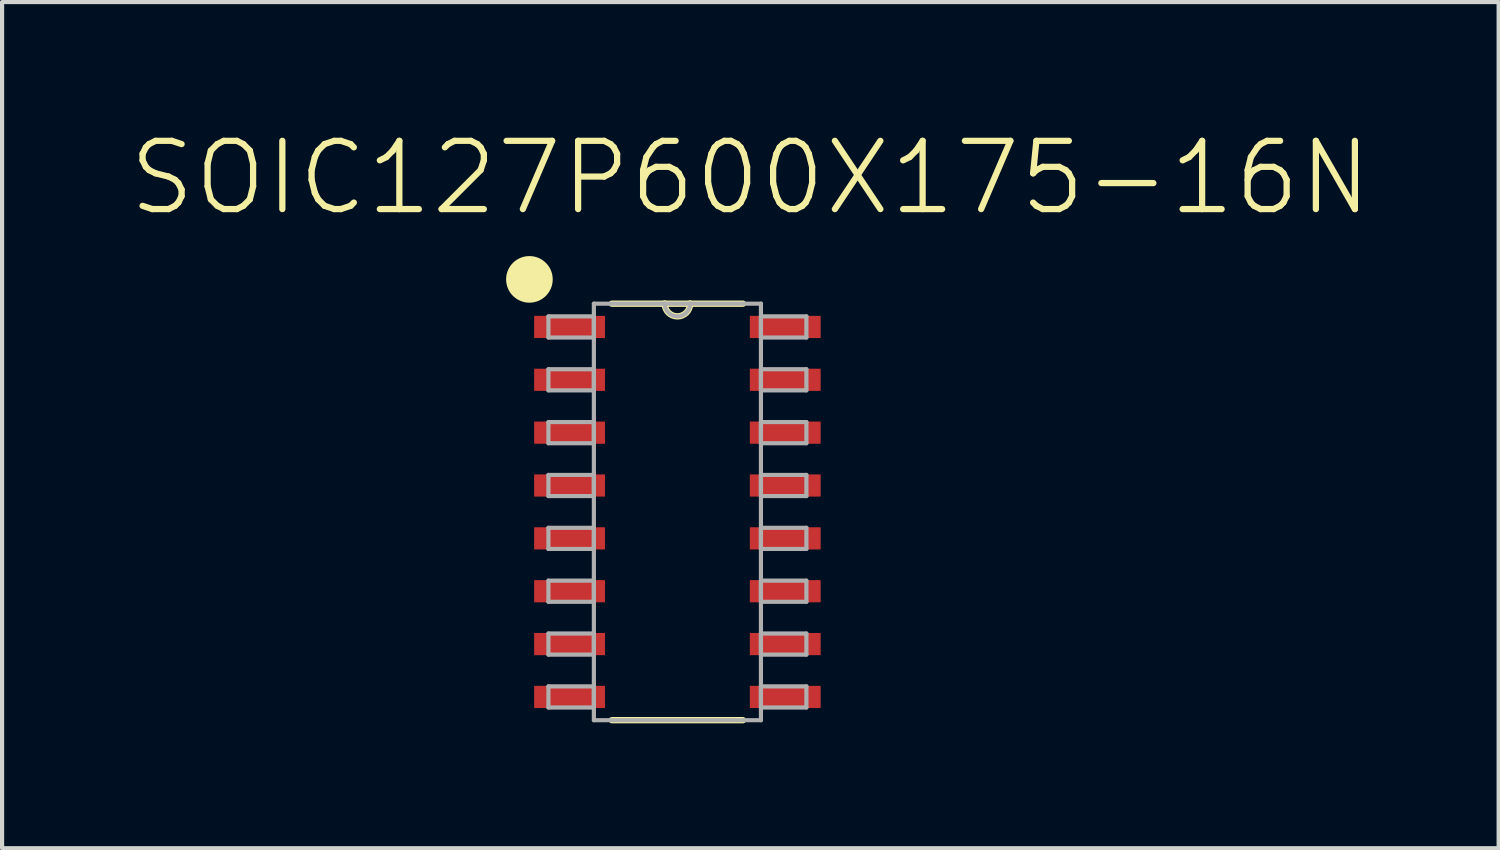
<source format=kicad_pcb>
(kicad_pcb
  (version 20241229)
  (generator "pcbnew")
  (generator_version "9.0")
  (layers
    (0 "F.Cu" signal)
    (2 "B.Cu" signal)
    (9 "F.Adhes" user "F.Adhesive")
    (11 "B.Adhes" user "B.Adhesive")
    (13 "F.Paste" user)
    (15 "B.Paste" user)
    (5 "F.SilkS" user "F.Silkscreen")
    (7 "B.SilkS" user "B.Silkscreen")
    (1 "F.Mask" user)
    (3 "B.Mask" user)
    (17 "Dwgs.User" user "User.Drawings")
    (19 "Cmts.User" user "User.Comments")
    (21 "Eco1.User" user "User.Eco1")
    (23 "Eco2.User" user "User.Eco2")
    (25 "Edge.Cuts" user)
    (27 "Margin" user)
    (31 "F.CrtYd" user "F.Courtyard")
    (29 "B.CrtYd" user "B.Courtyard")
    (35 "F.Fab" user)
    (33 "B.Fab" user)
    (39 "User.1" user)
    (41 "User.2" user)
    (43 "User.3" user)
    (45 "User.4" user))
  (footprint "SOIC127P600X175-16N"
    (layer "F.Cu")
    (at 13.227 9.251)
    (property "Reference" "SOIC127P600X175-16N" (at 1.753 -8.028 0) (layer "F.SilkS") (effects (font (size 1.64 1.64) (thickness 0.15))))
    (attr through_hole)
    (fp_line (start -1.575 5.004) (end 1.575 5.004) (stroke (width 0.152) (type solid)) (layer "F.SilkS"))
    (fp_line (start -0.305 -5.004) (end -1.575 -5.004) (stroke (width 0.152) (type solid)) (layer "F.SilkS"))
    (fp_line (start 0.305 -5.004) (end -0.305 -5.004) (stroke (width 0.152) (type solid)) (layer "F.SilkS"))
    (fp_line (start 1.575 -5.004) (end 0.305 -5.004) (stroke (width 0.152) (type solid)) (layer "F.SilkS"))
    (fp_arc (start 0.3048 -5.0038) (mid 0 -4.699) (end -0.3048 -5.0038) (stroke (width 0.1524) (type solid)) (layer "F.SilkS"))
    (fp_circle (center -3.556 -5.588) (end -3.056 -5.588) (stroke (width 0.12) (type solid)) (fill yes) (layer "F.SilkS"))
    (fp_line (start -3.099 -4.699) (end -3.099 -4.191) (stroke (width 0.1) (type solid)) (layer "F.Fab"))
    (fp_line (start -3.099 -4.191) (end -2.007 -4.191) (stroke (width 0.1) (type solid)) (layer "F.Fab"))
    (fp_line (start -3.099 -3.429) (end -3.099 -2.921) (stroke (width 0.1) (type solid)) (layer "F.Fab"))
    (fp_line (start -3.099 -2.921) (end -2.007 -2.921) (stroke (width 0.1) (type solid)) (layer "F.Fab"))
    (fp_line (start -3.099 -2.159) (end -3.099 -1.651) (stroke (width 0.1) (type solid)) (layer "F.Fab"))
    (fp_line (start -3.099 -1.651) (end -2.007 -1.651) (stroke (width 0.1) (type solid)) (layer "F.Fab"))
    (fp_line (start -3.099 -0.889) (end -3.099 -0.381) (stroke (width 0.1) (type solid)) (layer "F.Fab"))
    (fp_line (start -3.099 -0.381) (end -2.007 -0.381) (stroke (width 0.1) (type solid)) (layer "F.Fab"))
    (fp_line (start -3.099 0.381) (end -3.099 0.889) (stroke (width 0.1) (type solid)) (layer "F.Fab"))
    (fp_line (start -3.099 0.889) (end -2.007 0.889) (stroke (width 0.1) (type solid)) (layer "F.Fab"))
    (fp_line (start -3.099 1.651) (end -3.099 2.159) (stroke (width 0.1) (type solid)) (layer "F.Fab"))
    (fp_line (start -3.099 2.159) (end -2.007 2.159) (stroke (width 0.1) (type solid)) (layer "F.Fab"))
    (fp_line (start -3.099 2.921) (end -3.099 3.429) (stroke (width 0.1) (type solid)) (layer "F.Fab"))
    (fp_line (start -3.099 3.429) (end -2.007 3.429) (stroke (width 0.1) (type solid)) (layer "F.Fab"))
    (fp_line (start -3.099 4.191) (end -3.099 4.699) (stroke (width 0.1) (type solid)) (layer "F.Fab"))
    (fp_line (start -3.099 4.699) (end -2.007 4.699) (stroke (width 0.1) (type solid)) (layer "F.Fab"))
    (fp_line (start -2.007 -5.004) (end -2.007 5.004) (stroke (width 0.1) (type solid)) (layer "F.Fab"))
    (fp_line (start -2.007 -4.699) (end -3.099 -4.699) (stroke (width 0.1) (type solid)) (layer "F.Fab"))
    (fp_line (start -2.007 -4.191) (end -2.007 -4.699) (stroke (width 0.1) (type solid)) (layer "F.Fab"))
    (fp_line (start -2.007 -3.429) (end -3.099 -3.429) (stroke (width 0.1) (type solid)) (layer "F.Fab"))
    (fp_line (start -2.007 -2.921) (end -2.007 -3.429) (stroke (width 0.1) (type solid)) (layer "F.Fab"))
    (fp_line (start -2.007 -2.159) (end -3.099 -2.159) (stroke (width 0.1) (type solid)) (layer "F.Fab"))
    (fp_line (start -2.007 -1.651) (end -2.007 -2.159) (stroke (width 0.1) (type solid)) (layer "F.Fab"))
    (fp_line (start -2.007 -0.889) (end -3.099 -0.889) (stroke (width 0.1) (type solid)) (layer "F.Fab"))
    (fp_line (start -2.007 -0.381) (end -2.007 -0.889) (stroke (width 0.1) (type solid)) (layer "F.Fab"))
    (fp_line (start -2.007 0.381) (end -3.099 0.381) (stroke (width 0.1) (type solid)) (layer "F.Fab"))
    (fp_line (start -2.007 0.889) (end -2.007 0.381) (stroke (width 0.1) (type solid)) (layer "F.Fab"))
    (fp_line (start -2.007 1.651) (end -3.099 1.651) (stroke (width 0.1) (type solid)) (layer "F.Fab"))
    (fp_line (start -2.007 2.159) (end -2.007 1.651) (stroke (width 0.1) (type solid)) (layer "F.Fab"))
    (fp_line (start -2.007 2.921) (end -3.099 2.921) (stroke (width 0.1) (type solid)) (layer "F.Fab"))
    (fp_line (start -2.007 3.429) (end -2.007 2.921) (stroke (width 0.1) (type solid)) (layer "F.Fab"))
    (fp_line (start -2.007 4.191) (end -3.099 4.191) (stroke (width 0.1) (type solid)) (layer "F.Fab"))
    (fp_line (start -2.007 4.699) (end -2.007 4.191) (stroke (width 0.1) (type solid)) (layer "F.Fab"))
    (fp_line (start -2.007 5.004) (end 2.007 5.004) (stroke (width 0.1) (type solid)) (layer "F.Fab"))
    (fp_line (start -0.305 -5.004) (end -2.007 -5.004) (stroke (width 0.1) (type solid)) (layer "F.Fab"))
    (fp_line (start 0.305 -5.004) (end -0.305 -5.004) (stroke (width 0.1) (type solid)) (layer "F.Fab"))
    (fp_line (start 2.007 -5.004) (end 0.305 -5.004) (stroke (width 0.1) (type solid)) (layer "F.Fab"))
    (fp_line (start 2.007 -4.699) (end 2.007 -4.191) (stroke (width 0.1) (type solid)) (layer "F.Fab"))
    (fp_line (start 2.007 -4.191) (end 3.099 -4.191) (stroke (width 0.1) (type solid)) (layer "F.Fab"))
    (fp_line (start 2.007 -3.429) (end 2.007 -2.921) (stroke (width 0.1) (type solid)) (layer "F.Fab"))
    (fp_line (start 2.007 -2.921) (end 3.099 -2.921) (stroke (width 0.1) (type solid)) (layer "F.Fab"))
    (fp_line (start 2.007 -2.159) (end 2.007 -1.651) (stroke (width 0.1) (type solid)) (layer "F.Fab"))
    (fp_line (start 2.007 -1.651) (end 3.099 -1.651) (stroke (width 0.1) (type solid)) (layer "F.Fab"))
    (fp_line (start 2.007 -0.889) (end 2.007 -0.381) (stroke (width 0.1) (type solid)) (layer "F.Fab"))
    (fp_line (start 2.007 -0.381) (end 3.099 -0.381) (stroke (width 0.1) (type solid)) (layer "F.Fab"))
    (fp_line (start 2.007 0.381) (end 2.007 0.889) (stroke (width 0.1) (type solid)) (layer "F.Fab"))
    (fp_line (start 2.007 0.889) (end 3.099 0.889) (stroke (width 0.1) (type solid)) (layer "F.Fab"))
    (fp_line (start 2.007 1.651) (end 2.007 2.159) (stroke (width 0.1) (type solid)) (layer "F.Fab"))
    (fp_line (start 2.007 2.159) (end 3.099 2.159) (stroke (width 0.1) (type solid)) (layer "F.Fab"))
    (fp_line (start 2.007 2.921) (end 2.007 3.429) (stroke (width 0.1) (type solid)) (layer "F.Fab"))
    (fp_line (start 2.007 3.429) (end 3.099 3.429) (stroke (width 0.1) (type solid)) (layer "F.Fab"))
    (fp_line (start 2.007 4.191) (end 2.007 4.699) (stroke (width 0.1) (type solid)) (layer "F.Fab"))
    (fp_line (start 2.007 4.699) (end 3.099 4.699) (stroke (width 0.1) (type solid)) (layer "F.Fab"))
    (fp_line (start 2.007 5.004) (end 2.007 -5.004) (stroke (width 0.1) (type solid)) (layer "F.Fab"))
    (fp_line (start 3.099 -4.699) (end 2.007 -4.699) (stroke (width 0.1) (type solid)) (layer "F.Fab"))
    (fp_line (start 3.099 -4.191) (end 3.099 -4.699) (stroke (width 0.1) (type solid)) (layer "F.Fab"))
    (fp_line (start 3.099 -3.429) (end 2.007 -3.429) (stroke (width 0.1) (type solid)) (layer "F.Fab"))
    (fp_line (start 3.099 -2.921) (end 3.099 -3.429) (stroke (width 0.1) (type solid)) (layer "F.Fab"))
    (fp_line (start 3.099 -2.159) (end 2.007 -2.159) (stroke (width 0.1) (type solid)) (layer "F.Fab"))
    (fp_line (start 3.099 -1.651) (end 3.099 -2.159) (stroke (width 0.1) (type solid)) (layer "F.Fab"))
    (fp_line (start 3.099 -0.889) (end 2.007 -0.889) (stroke (width 0.1) (type solid)) (layer "F.Fab"))
    (fp_line (start 3.099 -0.381) (end 3.099 -0.889) (stroke (width 0.1) (type solid)) (layer "F.Fab"))
    (fp_line (start 3.099 0.381) (end 2.007 0.381) (stroke (width 0.1) (type solid)) (layer "F.Fab"))
    (fp_line (start 3.099 0.889) (end 3.099 0.381) (stroke (width 0.1) (type solid)) (layer "F.Fab"))
    (fp_line (start 3.099 1.651) (end 2.007 1.651) (stroke (width 0.1) (type solid)) (layer "F.Fab"))
    (fp_line (start 3.099 2.159) (end 3.099 1.651) (stroke (width 0.1) (type solid)) (layer "F.Fab"))
    (fp_line (start 3.099 2.921) (end 2.007 2.921) (stroke (width 0.1) (type solid)) (layer "F.Fab"))
    (fp_line (start 3.099 3.429) (end 3.099 2.921) (stroke (width 0.1) (type solid)) (layer "F.Fab"))
    (fp_line (start 3.099 4.191) (end 2.007 4.191) (stroke (width 0.1) (type solid)) (layer "F.Fab"))
    (fp_line (start 3.099 4.699) (end 3.099 4.191) (stroke (width 0.1) (type solid)) (layer "F.Fab"))
    (fp_arc (start 0.3048 -5.0038) (mid 0 -4.699) (end -0.3048 -5.0038) (stroke (width 0.1) (type solid)) (layer "F.Fab"))
    (pad "1" smd rect (at -2.591 -4.445) (size 1.702 0.533) (layers "F.Cu" "F.Mask" "F.Paste"))
    (pad "2" smd rect (at -2.591 -3.175) (size 1.702 0.533) (layers "F.Cu" "F.Mask" "F.Paste"))
    (pad "3" smd rect (at -2.591 -1.905) (size 1.702 0.533) (layers "F.Cu" "F.Mask" "F.Paste"))
    (pad "4" smd rect (at -2.591 -0.635) (size 1.702 0.533) (layers "F.Cu" "F.Mask" "F.Paste"))
    (pad "5" smd rect (at -2.591 0.635) (size 1.702 0.533) (layers "F.Cu" "F.Mask" "F.Paste"))
    (pad "6" smd rect (at -2.591 1.905) (size 1.702 0.533) (layers "F.Cu" "F.Mask" "F.Paste"))
    (pad "7" smd rect (at -2.591 3.175) (size 1.702 0.533) (layers "F.Cu" "F.Mask" "F.Paste"))
    (pad "8" smd rect (at -2.591 4.445) (size 1.702 0.533) (layers "F.Cu" "F.Mask" "F.Paste"))
    (pad "9" smd rect (at 2.591 4.445) (size 1.702 0.533) (layers "F.Cu" "F.Mask" "F.Paste"))
    (pad "10" smd rect (at 2.591 3.175) (size 1.702 0.533) (layers "F.Cu" "F.Mask" "F.Paste"))
    (pad "11" smd rect (at 2.591 1.905) (size 1.702 0.533) (layers "F.Cu" "F.Mask" "F.Paste"))
    (pad "12" smd rect (at 2.591 0.635) (size 1.702 0.533) (layers "F.Cu" "F.Mask" "F.Paste"))
    (pad "13" smd rect (at 2.591 -0.635) (size 1.702 0.533) (layers "F.Cu" "F.Mask" "F.Paste"))
    (pad "14" smd rect (at 2.591 -1.905) (size 1.702 0.533) (layers "F.Cu" "F.Mask" "F.Paste"))
    (pad "15" smd rect (at 2.591 -3.175) (size 1.702 0.533) (layers "F.Cu" "F.Mask" "F.Paste"))
    (pad "16" smd rect (at 2.591 -4.445) (size 1.702 0.533) (layers "F.Cu" "F.Mask" "F.Paste")))
  (gr_rect
    (start -3 -3)
    (end 32.96 17.331)
    (stroke (width 0.1) (type default))
    (fill no)
    (layer "Edge.Cuts")))
</source>
